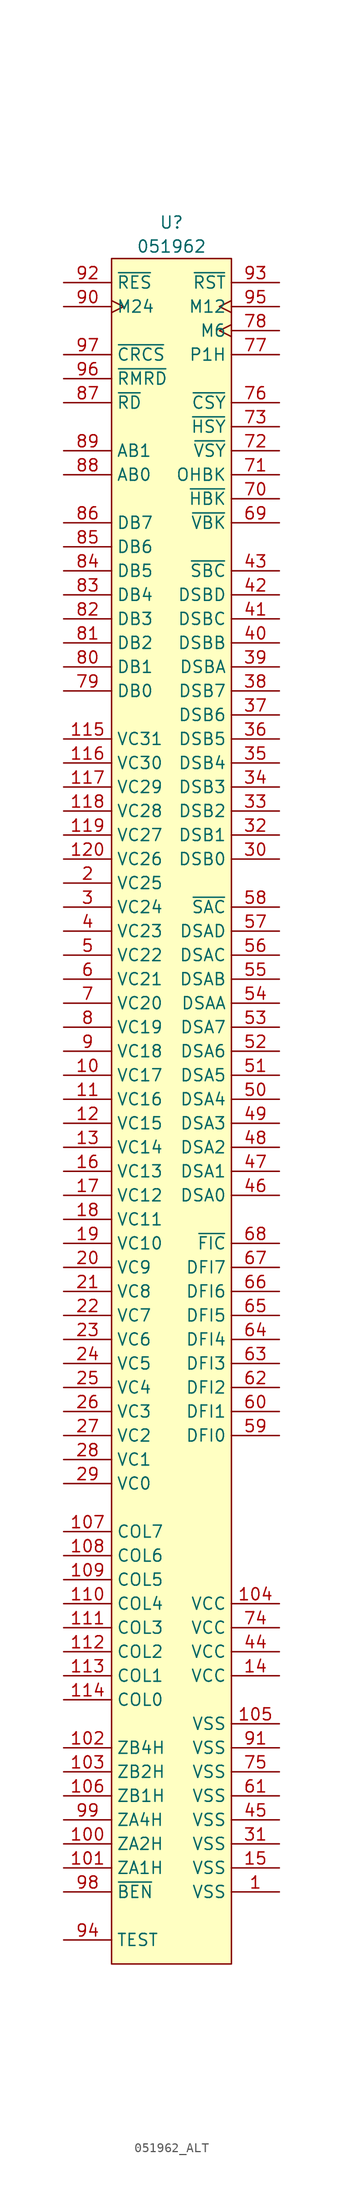
<source format=kicad_sym>
(kicad_symbol_lib
  (version 20231120)
  (generator "kicad_symbol_editor")
  (generator_version "8.0")
  (symbol "051962_ALT"
    (property "Reference" "U"
      (at 0 93.98 0)
      (effects (font (size 1.27 1.27))))
    (property "Value" "051962"
      (at 0 91.44 0)
      (effects (font (size 1.27 1.27))))
    (symbol "051962_ALT_1_1"
      (rectangle (start -6.35 90.17) (end 6.35 -90.17) (stroke (width 0) (type default)) (fill (type background)))
      (pin power_in line (at 11.43 -82.55 180) (length 5.08) (name "VSS" (effects (font (size 1.27 1.27)))) (number "1" (effects (font (size 1.27 1.27)))))
      (pin input line (at -11.43 3.81 0) (length 5.08) (name "VC17" (effects (font (size 1.27 1.27)))) (number "10" (effects (font (size 1.27 1.27)))))
      (pin input line (at -11.43 -77.47 0) (length 5.08) (name "ZA2H" (effects (font (size 1.27 1.27)))) (number "100" (effects (font (size 1.27 1.27)))))
      (pin input line (at -11.43 -80.01 0) (length 5.08) (name "ZA1H" (effects (font (size 1.27 1.27)))) (number "101" (effects (font (size 1.27 1.27)))))
      (pin input line (at -11.43 -67.31 0) (length 5.08) (name "ZB4H" (effects (font (size 1.27 1.27)))) (number "102" (effects (font (size 1.27 1.27)))))
      (pin input line (at -11.43 -69.85 0) (length 5.08) (name "ZB2H" (effects (font (size 1.27 1.27)))) (number "103" (effects (font (size 1.27 1.27)))))
      (pin power_in line (at 11.43 -52.07 180) (length 5.08) (name "VCC" (effects (font (size 1.27 1.27)))) (number "104" (effects (font (size 1.27 1.27)))))
      (pin power_in line (at 11.43 -64.77 180) (length 5.08) (name "VSS" (effects (font (size 1.27 1.27)))) (number "105" (effects (font (size 1.27 1.27)))))
      (pin input line (at -11.43 -72.39 0) (length 5.08) (name "ZB1H" (effects (font (size 1.27 1.27)))) (number "106" (effects (font (size 1.27 1.27)))))
      (pin input line (at -11.43 -44.45 0) (length 5.08) (name "COL7" (effects (font (size 1.27 1.27)))) (number "107" (effects (font (size 1.27 1.27)))))
      (pin input line (at -11.43 -46.99 0) (length 5.08) (name "COL6" (effects (font (size 1.27 1.27)))) (number "108" (effects (font (size 1.27 1.27)))))
      (pin input line (at -11.43 -49.53 0) (length 5.08) (name "COL5" (effects (font (size 1.27 1.27)))) (number "109" (effects (font (size 1.27 1.27)))))
      (pin input line (at -11.43 1.27 0) (length 5.08) (name "VC16" (effects (font (size 1.27 1.27)))) (number "11" (effects (font (size 1.27 1.27)))))
      (pin input line (at -11.43 -52.07 0) (length 5.08) (name "COL4" (effects (font (size 1.27 1.27)))) (number "110" (effects (font (size 1.27 1.27)))))
      (pin input line (at -11.43 -54.61 0) (length 5.08) (name "COL3" (effects (font (size 1.27 1.27)))) (number "111" (effects (font (size 1.27 1.27)))))
      (pin input line (at -11.43 -57.15 0) (length 5.08) (name "COL2" (effects (font (size 1.27 1.27)))) (number "112" (effects (font (size 1.27 1.27)))))
      (pin input line (at -11.43 -59.69 0) (length 5.08) (name "COL1" (effects (font (size 1.27 1.27)))) (number "113" (effects (font (size 1.27 1.27)))))
      (pin input line (at -11.43 -62.23 0) (length 5.08) (name "COL0" (effects (font (size 1.27 1.27)))) (number "114" (effects (font (size 1.27 1.27)))))
      (pin input line (at -11.43 39.37 0) (length 5.08) (name "VC31" (effects (font (size 1.27 1.27)))) (number "115" (effects (font (size 1.27 1.27)))))
      (pin input line (at -11.43 36.83 0) (length 5.08) (name "VC30" (effects (font (size 1.27 1.27)))) (number "116" (effects (font (size 1.27 1.27)))))
      (pin input line (at -11.43 34.29 0) (length 5.08) (name "VC29" (effects (font (size 1.27 1.27)))) (number "117" (effects (font (size 1.27 1.27)))))
      (pin input line (at -11.43 31.75 0) (length 5.08) (name "VC28" (effects (font (size 1.27 1.27)))) (number "118" (effects (font (size 1.27 1.27)))))
      (pin input line (at -11.43 29.21 0) (length 5.08) (name "VC27" (effects (font (size 1.27 1.27)))) (number "119" (effects (font (size 1.27 1.27)))))
      (pin input line (at -11.43 -1.27 0) (length 5.08) (name "VC15" (effects (font (size 1.27 1.27)))) (number "12" (effects (font (size 1.27 1.27)))))
      (pin input line (at -11.43 26.67 0) (length 5.08) (name "VC26" (effects (font (size 1.27 1.27)))) (number "120" (effects (font (size 1.27 1.27)))))
      (pin input line (at -11.43 -3.81 0) (length 5.08) (name "VC14" (effects (font (size 1.27 1.27)))) (number "13" (effects (font (size 1.27 1.27)))))
      (pin power_in line (at 11.43 -59.69 180) (length 5.08) (name "VCC" (effects (font (size 1.27 1.27)))) (number "14" (effects (font (size 1.27 1.27)))))
      (pin power_in line (at 11.43 -80.01 180) (length 5.08) (name "VSS" (effects (font (size 1.27 1.27)))) (number "15" (effects (font (size 1.27 1.27)))))
      (pin input line (at -11.43 -6.35 0) (length 5.08) (name "VC13" (effects (font (size 1.27 1.27)))) (number "16" (effects (font (size 1.27 1.27)))))
      (pin input line (at -11.43 -8.89 0) (length 5.08) (name "VC12" (effects (font (size 1.27 1.27)))) (number "17" (effects (font (size 1.27 1.27)))))
      (pin input line (at -11.43 -11.43 0) (length 5.08) (name "VC11" (effects (font (size 1.27 1.27)))) (number "18" (effects (font (size 1.27 1.27)))))
      (pin input line (at -11.43 -13.97 0) (length 5.08) (name "VC10" (effects (font (size 1.27 1.27)))) (number "19" (effects (font (size 1.27 1.27)))))
      (pin input line (at -11.43 24.13 0) (length 5.08) (name "VC25" (effects (font (size 1.27 1.27)))) (number "2" (effects (font (size 1.27 1.27)))))
      (pin input line (at -11.43 -16.51 0) (length 5.08) (name "VC9" (effects (font (size 1.27 1.27)))) (number "20" (effects (font (size 1.27 1.27)))))
      (pin input line (at -11.43 -19.05 0) (length 5.08) (name "VC8" (effects (font (size 1.27 1.27)))) (number "21" (effects (font (size 1.27 1.27)))))
      (pin input line (at -11.43 -21.59 0) (length 5.08) (name "VC7" (effects (font (size 1.27 1.27)))) (number "22" (effects (font (size 1.27 1.27)))))
      (pin input line (at -11.43 -24.13 0) (length 5.08) (name "VC6" (effects (font (size 1.27 1.27)))) (number "23" (effects (font (size 1.27 1.27)))))
      (pin input line (at -11.43 -26.67 0) (length 5.08) (name "VC5" (effects (font (size 1.27 1.27)))) (number "24" (effects (font (size 1.27 1.27)))))
      (pin input line (at -11.43 -29.21 0) (length 5.08) (name "VC4" (effects (font (size 1.27 1.27)))) (number "25" (effects (font (size 1.27 1.27)))))
      (pin input line (at -11.43 -31.75 0) (length 5.08) (name "VC3" (effects (font (size 1.27 1.27)))) (number "26" (effects (font (size 1.27 1.27)))))
      (pin input line (at -11.43 -34.29 0) (length 5.08) (name "VC2" (effects (font (size 1.27 1.27)))) (number "27" (effects (font (size 1.27 1.27)))))
      (pin input line (at -11.43 -36.83 0) (length 5.08) (name "VC1" (effects (font (size 1.27 1.27)))) (number "28" (effects (font (size 1.27 1.27)))))
      (pin input line (at -11.43 -39.37 0) (length 5.08) (name "VC0" (effects (font (size 1.27 1.27)))) (number "29" (effects (font (size 1.27 1.27)))))
      (pin input line (at -11.43 21.59 0) (length 5.08) (name "VC24" (effects (font (size 1.27 1.27)))) (number "3" (effects (font (size 1.27 1.27)))))
      (pin output line (at 11.43 26.67 180) (length 5.08) (name "DSB0" (effects (font (size 1.27 1.27)))) (number "30" (effects (font (size 1.27 1.27)))))
      (pin power_in line (at 11.43 -77.47 180) (length 5.08) (name "VSS" (effects (font (size 1.27 1.27)))) (number "31" (effects (font (size 1.27 1.27)))))
      (pin output line (at 11.43 29.21 180) (length 5.08) (name "DSB1" (effects (font (size 1.27 1.27)))) (number "32" (effects (font (size 1.27 1.27)))))
      (pin output line (at 11.43 31.75 180) (length 5.08) (name "DSB2" (effects (font (size 1.27 1.27)))) (number "33" (effects (font (size 1.27 1.27)))))
      (pin output line (at 11.43 34.29 180) (length 5.08) (name "DSB3" (effects (font (size 1.27 1.27)))) (number "34" (effects (font (size 1.27 1.27)))))
      (pin output line (at 11.43 36.83 180) (length 5.08) (name "DSB4" (effects (font (size 1.27 1.27)))) (number "35" (effects (font (size 1.27 1.27)))))
      (pin output line (at 11.43 39.37 180) (length 5.08) (name "DSB5" (effects (font (size 1.27 1.27)))) (number "36" (effects (font (size 1.27 1.27)))))
      (pin output line (at 11.43 41.91 180) (length 5.08) (name "DSB6" (effects (font (size 1.27 1.27)))) (number "37" (effects (font (size 1.27 1.27)))))
      (pin output line (at 11.43 44.45 180) (length 5.08) (name "DSB7" (effects (font (size 1.27 1.27)))) (number "38" (effects (font (size 1.27 1.27)))))
      (pin output line (at 11.43 46.99 180) (length 5.08) (name "DSBA" (effects (font (size 1.27 1.27)))) (number "39" (effects (font (size 1.27 1.27)))))
      (pin input line (at -11.43 19.05 0) (length 5.08) (name "VC23" (effects (font (size 1.27 1.27)))) (number "4" (effects (font (size 1.27 1.27)))))
      (pin output line (at 11.43 49.53 180) (length 5.08) (name "DSBB" (effects (font (size 1.27 1.27)))) (number "40" (effects (font (size 1.27 1.27)))))
      (pin output line (at 11.43 52.07 180) (length 5.08) (name "DSBC" (effects (font (size 1.27 1.27)))) (number "41" (effects (font (size 1.27 1.27)))))
      (pin output line (at 11.43 54.61 180) (length 5.08) (name "DSBD" (effects (font (size 1.27 1.27)))) (number "42" (effects (font (size 1.27 1.27)))))
      (pin output line (at 11.43 57.15 180) (length 5.08) (name "~{SBC}" (effects (font (size 1.27 1.27)))) (number "43" (effects (font (size 1.27 1.27)))))
      (pin power_in line (at 11.43 -57.15 180) (length 5.08) (name "VCC" (effects (font (size 1.27 1.27)))) (number "44" (effects (font (size 1.27 1.27)))))
      (pin power_in line (at 11.43 -74.93 180) (length 5.08) (name "VSS" (effects (font (size 1.27 1.27)))) (number "45" (effects (font (size 1.27 1.27)))))
      (pin output line (at 11.43 -8.89 180) (length 5.08) (name "DSA0" (effects (font (size 1.27 1.27)))) (number "46" (effects (font (size 1.27 1.27)))))
      (pin output line (at 11.43 -6.35 180) (length 5.08) (name "DSA1" (effects (font (size 1.27 1.27)))) (number "47" (effects (font (size 1.27 1.27)))))
      (pin output line (at 11.43 -3.81 180) (length 5.08) (name "DSA2" (effects (font (size 1.27 1.27)))) (number "48" (effects (font (size 1.27 1.27)))))
      (pin output line (at 11.43 -1.27 180) (length 5.08) (name "DSA3" (effects (font (size 1.27 1.27)))) (number "49" (effects (font (size 1.27 1.27)))))
      (pin input line (at -11.43 16.51 0) (length 5.08) (name "VC22" (effects (font (size 1.27 1.27)))) (number "5" (effects (font (size 1.27 1.27)))))
      (pin output line (at 11.43 1.27 180) (length 5.08) (name "DSA4" (effects (font (size 1.27 1.27)))) (number "50" (effects (font (size 1.27 1.27)))))
      (pin output line (at 11.43 3.81 180) (length 5.08) (name "DSA5" (effects (font (size 1.27 1.27)))) (number "51" (effects (font (size 1.27 1.27)))))
      (pin output line (at 11.43 6.35 180) (length 5.08) (name "DSA6" (effects (font (size 1.27 1.27)))) (number "52" (effects (font (size 1.27 1.27)))))
      (pin output line (at 11.43 8.89 180) (length 5.08) (name "DSA7" (effects (font (size 1.27 1.27)))) (number "53" (effects (font (size 1.27 1.27)))))
      (pin output line (at 11.43 11.43 180) (length 5.08) (name "DSAA" (effects (font (size 1.27 1.27)))) (number "54" (effects (font (size 1.27 1.27)))))
      (pin output line (at 11.43 13.97 180) (length 5.08) (name "DSAB" (effects (font (size 1.27 1.27)))) (number "55" (effects (font (size 1.27 1.27)))))
      (pin output line (at 11.43 16.51 180) (length 5.08) (name "DSAC" (effects (font (size 1.27 1.27)))) (number "56" (effects (font (size 1.27 1.27)))))
      (pin output line (at 11.43 19.05 180) (length 5.08) (name "DSAD" (effects (font (size 1.27 1.27)))) (number "57" (effects (font (size 1.27 1.27)))))
      (pin output line (at 11.43 21.59 180) (length 5.08) (name "~{SAC}" (effects (font (size 1.27 1.27)))) (number "58" (effects (font (size 1.27 1.27)))))
      (pin output line (at 11.43 -34.29 180) (length 5.08) (name "DFI0" (effects (font (size 1.27 1.27)))) (number "59" (effects (font (size 1.27 1.27)))))
      (pin input line (at -11.43 13.97 0) (length 5.08) (name "VC21" (effects (font (size 1.27 1.27)))) (number "6" (effects (font (size 1.27 1.27)))))
      (pin output line (at 11.43 -31.75 180) (length 5.08) (name "DFI1" (effects (font (size 1.27 1.27)))) (number "60" (effects (font (size 1.27 1.27)))))
      (pin power_in line (at 11.43 -72.39 180) (length 5.08) (name "VSS" (effects (font (size 1.27 1.27)))) (number "61" (effects (font (size 1.27 1.27)))))
      (pin output line (at 11.43 -29.21 180) (length 5.08) (name "DFI2" (effects (font (size 1.27 1.27)))) (number "62" (effects (font (size 1.27 1.27)))))
      (pin output line (at 11.43 -26.67 180) (length 5.08) (name "DFI3" (effects (font (size 1.27 1.27)))) (number "63" (effects (font (size 1.27 1.27)))))
      (pin output line (at 11.43 -24.13 180) (length 5.08) (name "DFI4" (effects (font (size 1.27 1.27)))) (number "64" (effects (font (size 1.27 1.27)))))
      (pin output line (at 11.43 -21.59 180) (length 5.08) (name "DFI5" (effects (font (size 1.27 1.27)))) (number "65" (effects (font (size 1.27 1.27)))))
      (pin output line (at 11.43 -19.05 180) (length 5.08) (name "DFI6" (effects (font (size 1.27 1.27)))) (number "66" (effects (font (size 1.27 1.27)))))
      (pin output line (at 11.43 -16.51 180) (length 5.08) (name "DFI7" (effects (font (size 1.27 1.27)))) (number "67" (effects (font (size 1.27 1.27)))))
      (pin output line (at 11.43 -13.97 180) (length 5.08) (name "~{FIC}" (effects (font (size 1.27 1.27)))) (number "68" (effects (font (size 1.27 1.27)))))
      (pin output line (at 11.43 62.23 180) (length 5.08) (name "~{VBK}" (effects (font (size 1.27 1.27)))) (number "69" (effects (font (size 1.27 1.27)))))
      (pin input line (at -11.43 11.43 0) (length 5.08) (name "VC20" (effects (font (size 1.27 1.27)))) (number "7" (effects (font (size 1.27 1.27)))))
      (pin output line (at 11.43 64.77 180) (length 5.08) (name "~{HBK}" (effects (font (size 1.27 1.27)))) (number "70" (effects (font (size 1.27 1.27)))))
      (pin output line (at 11.43 67.31 180) (length 5.08) (name "OHBK" (effects (font (size 1.27 1.27)))) (number "71" (effects (font (size 1.27 1.27)))))
      (pin output line (at 11.43 69.85 180) (length 5.08) (name "~{VSY}" (effects (font (size 1.27 1.27)))) (number "72" (effects (font (size 1.27 1.27)))))
      (pin output line (at 11.43 72.39 180) (length 5.08) (name "~{HSY}" (effects (font (size 1.27 1.27)))) (number "73" (effects (font (size 1.27 1.27)))))
      (pin power_in line (at 11.43 -54.61 180) (length 5.08) (name "VCC" (effects (font (size 1.27 1.27)))) (number "74" (effects (font (size 1.27 1.27)))))
      (pin power_in line (at 11.43 -69.85 180) (length 5.08) (name "VSS" (effects (font (size 1.27 1.27)))) (number "75" (effects (font (size 1.27 1.27)))))
      (pin output line (at 11.43 74.93 180) (length 5.08) (name "~{CSY}" (effects (font (size 1.27 1.27)))) (number "76" (effects (font (size 1.27 1.27)))))
      (pin output line (at 11.43 80.01 180) (length 5.08) (name "P1H" (effects (font (size 1.27 1.27)))) (number "77" (effects (font (size 1.27 1.27)))))
      (pin output clock (at 11.43 82.55 180) (length 5.08) (name "M6" (effects (font (size 1.27 1.27)))) (number "78" (effects (font (size 1.27 1.27)))))
      (pin bidirectional line (at -11.43 44.45 0) (length 5.08) (name "DB0" (effects (font (size 1.27 1.27)))) (number "79" (effects (font (size 1.27 1.27)))))
      (pin input line (at -11.43 8.89 0) (length 5.08) (name "VC19" (effects (font (size 1.27 1.27)))) (number "8" (effects (font (size 1.27 1.27)))))
      (pin bidirectional line (at -11.43 46.99 0) (length 5.08) (name "DB1" (effects (font (size 1.27 1.27)))) (number "80" (effects (font (size 1.27 1.27)))))
      (pin bidirectional line (at -11.43 49.53 0) (length 5.08) (name "DB2" (effects (font (size 1.27 1.27)))) (number "81" (effects (font (size 1.27 1.27)))))
      (pin bidirectional line (at -11.43 52.07 0) (length 5.08) (name "DB3" (effects (font (size 1.27 1.27)))) (number "82" (effects (font (size 1.27 1.27)))))
      (pin bidirectional line (at -11.43 54.61 0) (length 5.08) (name "DB4" (effects (font (size 1.27 1.27)))) (number "83" (effects (font (size 1.27 1.27)))))
      (pin bidirectional line (at -11.43 57.15 0) (length 5.08) (name "DB5" (effects (font (size 1.27 1.27)))) (number "84" (effects (font (size 1.27 1.27)))))
      (pin bidirectional line (at -11.43 59.69 0) (length 5.08) (name "DB6" (effects (font (size 1.27 1.27)))) (number "85" (effects (font (size 1.27 1.27)))))
      (pin bidirectional line (at -11.43 62.23 0) (length 5.08) (name "DB7" (effects (font (size 1.27 1.27)))) (number "86" (effects (font (size 1.27 1.27)))))
      (pin input line (at -11.43 74.93 0) (length 5.08) (name "~{RD}" (effects (font (size 1.27 1.27)))) (number "87" (effects (font (size 1.27 1.27)))))
      (pin input line (at -11.43 67.31 0) (length 5.08) (name "AB0" (effects (font (size 1.27 1.27)))) (number "88" (effects (font (size 1.27 1.27)))))
      (pin input line (at -11.43 69.85 0) (length 5.08) (name "AB1" (effects (font (size 1.27 1.27)))) (number "89" (effects (font (size 1.27 1.27)))))
      (pin input line (at -11.43 6.35 0) (length 5.08) (name "VC18" (effects (font (size 1.27 1.27)))) (number "9" (effects (font (size 1.27 1.27)))))
      (pin input clock (at -11.43 85.09 0) (length 5.08) (name "M24" (effects (font (size 1.27 1.27)))) (number "90" (effects (font (size 1.27 1.27)))))
      (pin power_in line (at 11.43 -67.31 180) (length 5.08) (name "VSS" (effects (font (size 1.27 1.27)))) (number "91" (effects (font (size 1.27 1.27)))))
      (pin input line (at -11.43 87.63 0) (length 5.08) (name "~{RES}" (effects (font (size 1.27 1.27)))) (number "92" (effects (font (size 1.27 1.27)))))
      (pin output line (at 11.43 87.63 180) (length 5.08) (name "~{RST}" (effects (font (size 1.27 1.27)))) (number "93" (effects (font (size 1.27 1.27)))))
      (pin input line (at -11.43 -87.63 0) (length 5.08) (name "TEST" (effects (font (size 1.27 1.27)))) (number "94" (effects (font (size 1.27 1.27)))))
      (pin output clock (at 11.43 85.09 180) (length 5.08) (name "M12" (effects (font (size 1.27 1.27)))) (number "95" (effects (font (size 1.27 1.27)))))
      (pin input line (at -11.43 77.47 0) (length 5.08) (name "~{RMRD}" (effects (font (size 1.27 1.27)))) (number "96" (effects (font (size 1.27 1.27)))))
      (pin input line (at -11.43 80.01 0) (length 5.08) (name "~{CRCS}" (effects (font (size 1.27 1.27)))) (number "97" (effects (font (size 1.27 1.27)))))
      (pin input line (at -11.43 -82.55 0) (length 5.08) (name "~{BEN}" (effects (font (size 1.27 1.27)))) (number "98" (effects (font (size 1.27 1.27)))))
      (pin input line (at -11.43 -74.93 0) (length 5.08) (name "ZA4H" (effects (font (size 1.27 1.27)))) (number "99" (effects (font (size 1.27 1.27))))))))
</source>
